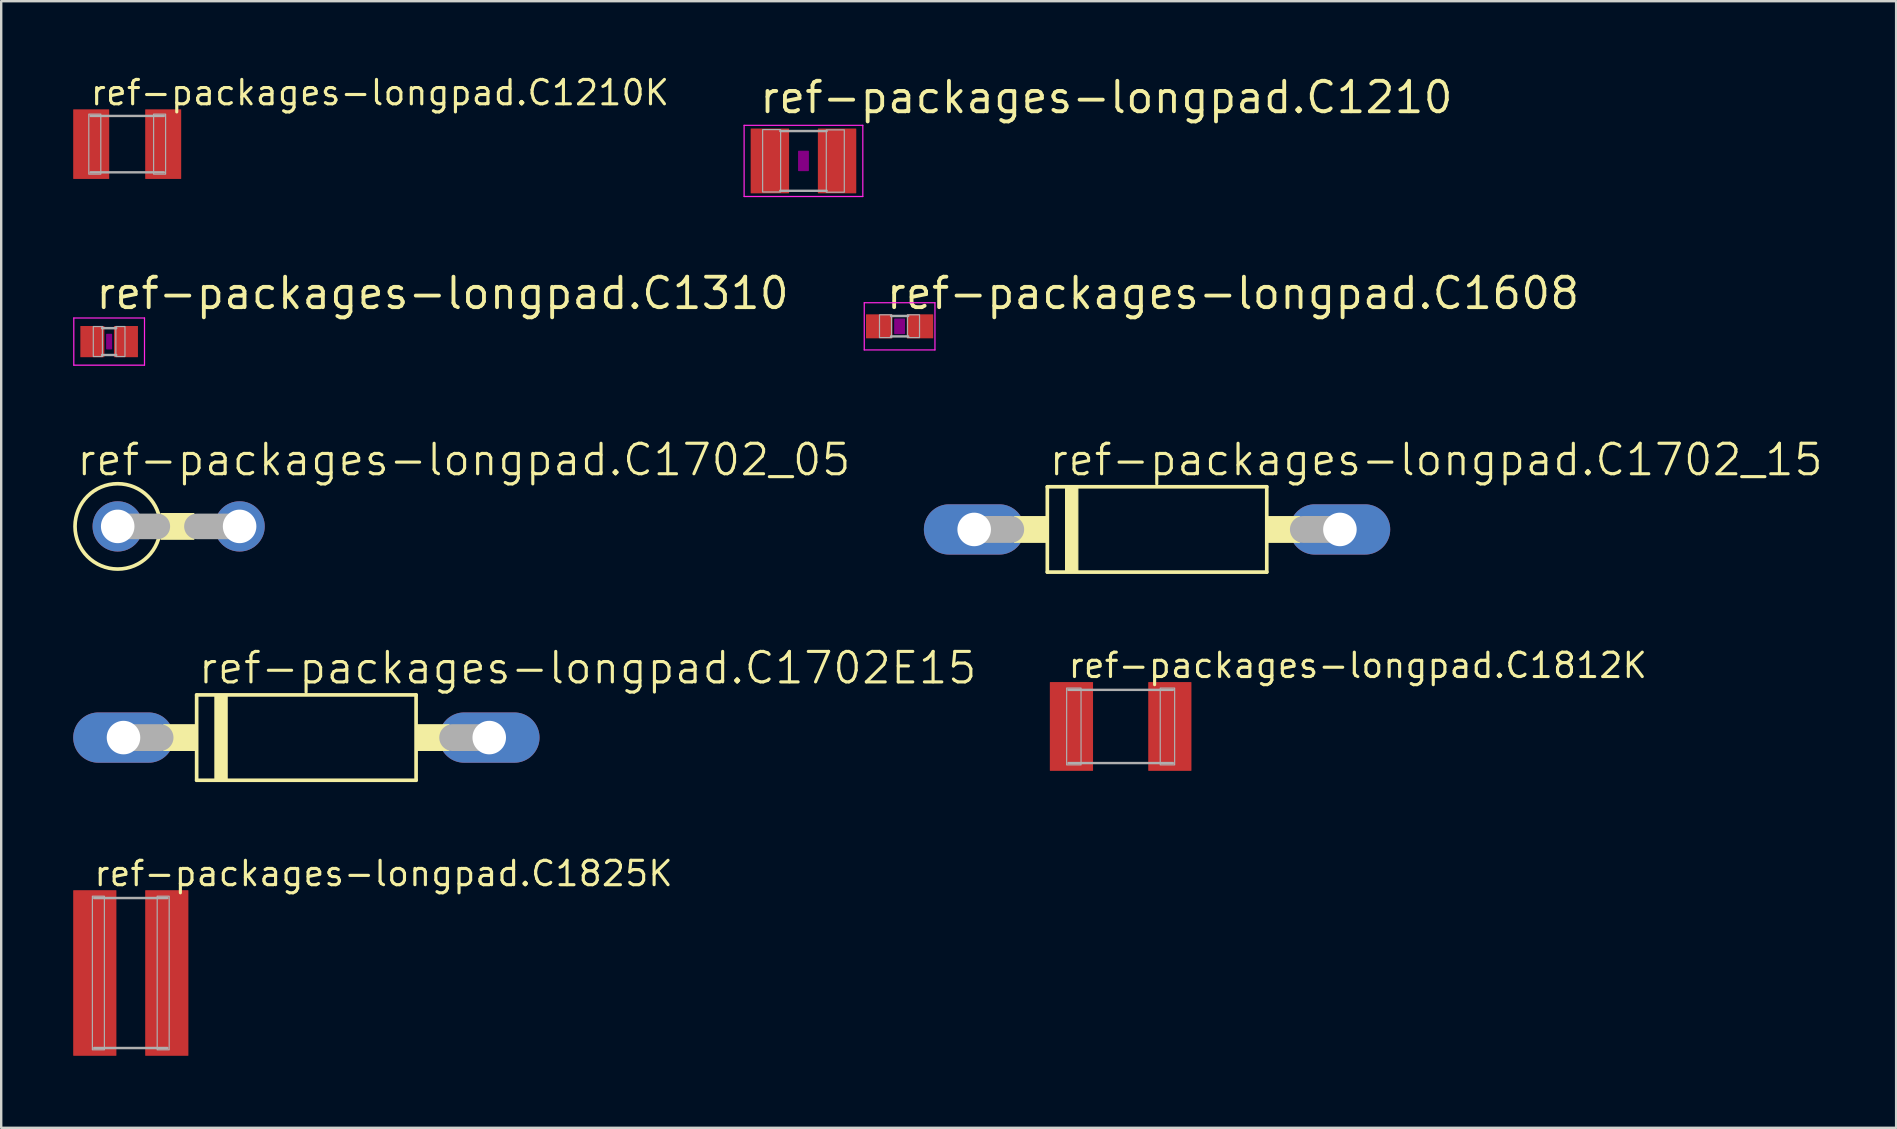
<source format=kicad_pcb>
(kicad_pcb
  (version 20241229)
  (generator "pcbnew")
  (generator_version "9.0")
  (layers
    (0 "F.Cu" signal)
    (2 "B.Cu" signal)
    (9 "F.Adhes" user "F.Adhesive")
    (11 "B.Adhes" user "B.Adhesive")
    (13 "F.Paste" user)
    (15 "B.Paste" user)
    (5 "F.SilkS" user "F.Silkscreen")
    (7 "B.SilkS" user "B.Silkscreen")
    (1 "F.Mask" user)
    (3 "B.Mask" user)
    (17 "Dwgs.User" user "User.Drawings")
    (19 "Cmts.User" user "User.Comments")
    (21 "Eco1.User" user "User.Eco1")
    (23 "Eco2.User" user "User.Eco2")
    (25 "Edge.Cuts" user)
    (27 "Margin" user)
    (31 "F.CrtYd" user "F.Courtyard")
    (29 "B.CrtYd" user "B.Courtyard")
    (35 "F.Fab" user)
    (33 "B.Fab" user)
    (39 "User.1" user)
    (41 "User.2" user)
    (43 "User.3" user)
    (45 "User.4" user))
  (footprint "ref-packages-longpad.C1825K"
    (layer "F.Cu")
    (at 2.4 37.494)
    (property "Reference" "ref-packages-longpad.C1825K" (at -1.6 -3.55 0) (layer "F.SilkS") (effects (font (size 1.016 1.016) (thickness 0.13)) (justify left bottom)))
    (attr smd)
    (fp_line (start -1.525 -3.125) (end 1.525 -3.125) (stroke (width 0.102) (type default)) (layer "F.Fab"))
    (fp_line (start 1.525 3.125) (end -1.525 3.125) (stroke (width 0.102) (type default)) (layer "F.Fab"))
    (fp_rect (start -1.6 3.2) (end -1.1 -3.2) (stroke (width 0.05) (type default)) (fill no) (layer "F.Fab"))
    (fp_rect (start 1.1 3.2) (end 1.6 -3.2) (stroke (width 0.05) (type default)) (fill no) (layer "F.Fab"))
    (pad "1" smd roundrect (at -1.5 0) (size 1.8 6.9) (layers "F.Cu" "F.Mask" "F.Paste") (roundrect_rratio 0.01))
    (pad "2" smd roundrect (at 1.5 0) (size 1.8 6.9) (layers "F.Cu" "F.Mask" "F.Paste") (roundrect_rratio 0.01)))
  (footprint "ref-packages-longpad.C1702_05"
    (layer "F.Cu")
    (at 4.394 18.884)
    (property "Reference" "ref-packages-longpad.C1702_05" (at -4.318 -2.032 0) (layer "F.SilkS") (effects (font (size 1.27 1.27) (thickness 0.13)) (justify left bottom)))
    (attr through_hole)
    (fp_rect (start -0.737 0.533) (end 0.635 -0.533) (stroke (width 0.05) (type default)) (fill yes) (layer "F.SilkS"))
    (fp_circle (center -2.54 0) (end -0.762 0) (stroke (width 0.152) (type default)) (fill no) (layer "F.SilkS"))
    (fp_line (start -2.54 0) (end -0.889 0) (stroke (width 1.067) (type default)) (layer "F.Fab"))
    (fp_line (start 2.54 0) (end 0.762 0) (stroke (width 1.067) (type default)) (layer "F.Fab"))
    (pad "A" thru_hole circle (at 2.54 0) (size 2.095 2.095) (drill 1.397) (layers "*.Cu" "*.Mask"))
    (pad "C" thru_hole circle (at -2.54 0) (size 2.095 2.095) (drill 1.397) (layers "*.Cu" "*.Mask")))
  (footprint "ref-packages-longpad.C1210K"
    (layer "F.Cu")
    (at 2.25 2.956)
    (property "Reference" "ref-packages-longpad.C1210K" (at -1.6 -1.55 0) (layer "F.SilkS") (effects (font (size 1.016 1.016) (thickness 0.13)) (justify left bottom)))
    (attr smd)
    (fp_line (start -1.525 -1.175) (end 1.525 -1.175) (stroke (width 0.102) (type default)) (layer "F.Fab"))
    (fp_line (start 1.525 1.175) (end -1.525 1.175) (stroke (width 0.102) (type default)) (layer "F.Fab"))
    (fp_rect (start -1.6 1.25) (end -1.1 -1.25) (stroke (width 0.05) (type default)) (fill no) (layer "F.Fab"))
    (fp_rect (start 1.1 1.25) (end 1.6 -1.25) (stroke (width 0.05) (type default)) (fill no) (layer "F.Fab"))
    (pad "1" smd roundrect (at -1.5 0) (size 1.5 2.9) (layers "F.Cu" "F.Mask" "F.Paste") (roundrect_rratio 0.01))
    (pad "2" smd roundrect (at 1.5 0) (size 1.5 2.9) (layers "F.Cu" "F.Mask" "F.Paste") (roundrect_rratio 0.01)))
  (footprint "ref-packages-longpad.C1702E15"
    (layer "F.Cu")
    (at 9.716 27.684)
    (property "Reference" "ref-packages-longpad.C1702E15" (at -4.572 -2.159 0) (layer "F.SilkS") (effects (font (size 1.27 1.27) (thickness 0.13)) (justify left bottom)))
    (attr through_hole)
    (fp_line (start -4.572 1.778) (end -4.572 -1.778) (stroke (width 0.152) (type default)) (layer "F.SilkS"))
    (fp_line (start -4.572 1.778) (end 4.572 1.778) (stroke (width 0.152) (type default)) (layer "F.SilkS"))
    (fp_line (start 4.572 -1.778) (end -4.572 -1.778) (stroke (width 0.152) (type default)) (layer "F.SilkS"))
    (fp_line (start 4.572 -1.778) (end 4.572 1.778) (stroke (width 0.152) (type default)) (layer "F.SilkS"))
    (fp_rect (start -5.944 0.533) (end -4.572 -0.533) (stroke (width 0.05) (type default)) (fill yes) (layer "F.SilkS"))
    (fp_rect (start -3.81 1.778) (end -3.302 -1.778) (stroke (width 0.05) (type default)) (fill yes) (layer "F.SilkS"))
    (fp_rect (start 4.572 0.533) (end 5.944 -0.533) (stroke (width 0.05) (type default)) (fill yes) (layer "F.SilkS"))
    (fp_line (start -7.62 0) (end -6.096 0) (stroke (width 1.118) (type default)) (layer "F.Fab"))
    (fp_line (start 7.62 0) (end 6.096 0) (stroke (width 1.118) (type default)) (layer "F.Fab"))
    (pad "A" thru_hole oval (at 7.62 0) (size 4.191 2.095) (drill 1.397) (layers "*.Cu" "*.Mask"))
    (pad "C" thru_hole oval (at -7.62 0) (size 4.191 2.095) (drill 1.397) (layers "*.Cu" "*.Mask")))
  (footprint "ref-packages-longpad.C1310"
    (layer "F.Cu")
    (at 1.498 11.183)
    (property "Reference" "ref-packages-longpad.C1310" (at -0.635 -1.27 0) (layer "F.SilkS") (effects (font (size 1.27 1.27) (thickness 0.16)) (justify left bottom)))
    (attr smd)
    (fp_rect (start -0.1 0.3) (end 0.1 -0.3) (stroke (width 0.05) (type default)) (fill yes) (layer "F.Adhes"))
    (fp_line (start -1.473 -0.983) (end 1.473 -0.983) (stroke (width 0.051) (type default)) (layer "F.CrtYd"))
    (fp_line (start -1.473 0.983) (end -1.473 -0.983) (stroke (width 0.051) (type default)) (layer "F.CrtYd"))
    (fp_line (start 1.473 -0.983) (end 1.473 0.983) (stroke (width 0.051) (type default)) (layer "F.CrtYd"))
    (fp_line (start 1.473 0.983) (end -1.473 0.983) (stroke (width 0.051) (type default)) (layer "F.CrtYd"))
    (fp_line (start -0.294 -0.559) (end 0.294 -0.559) (stroke (width 0.102) (type default)) (layer "F.Fab"))
    (fp_line (start -0.294 0.559) (end 0.294 0.559) (stroke (width 0.102) (type default)) (layer "F.Fab"))
    (fp_rect (start -0.66 0.622) (end -0.28 -0.628) (stroke (width 0.05) (type default)) (fill no) (layer "F.Fab"))
    (fp_rect (start 0.279 0.622) (end 0.659 -0.628) (stroke (width 0.05) (type default)) (fill no) (layer "F.Fab"))
    (pad "1" smd roundrect (at -0.7 0) (size 1 1.3) (layers "F.Cu" "F.Mask" "F.Paste") (roundrect_rratio 0.01))
    (pad "2" smd roundrect (at 0.7 0) (size 1 1.3) (layers "F.Cu" "F.Mask" "F.Paste") (roundrect_rratio 0.01)))
  (footprint "ref-packages-longpad.C1812K"
    (layer "F.Cu")
    (at 43.645 27.221)
    (property "Reference" "ref-packages-longpad.C1812K" (at -2.25 -1.95 0) (layer "F.SilkS") (effects (font (size 1.016 1.016) (thickness 0.13)) (justify left bottom)))
    (attr smd)
    (fp_line (start -2.175 -1.525) (end 2.175 -1.525) (stroke (width 0.102) (type default)) (layer "F.Fab"))
    (fp_line (start 2.175 1.525) (end -2.175 1.525) (stroke (width 0.102) (type default)) (layer "F.Fab"))
    (fp_rect (start -2.25 1.6) (end -1.65 -1.6) (stroke (width 0.05) (type default)) (fill no) (layer "F.Fab"))
    (fp_rect (start 1.65 1.6) (end 2.25 -1.6) (stroke (width 0.05) (type default)) (fill no) (layer "F.Fab"))
    (pad "1" smd roundrect (at -2.05 0) (size 1.8 3.7) (layers "F.Cu" "F.Mask" "F.Paste") (roundrect_rratio 0.01))
    (pad "2" smd roundrect (at 2.05 0) (size 1.8 3.7) (layers "F.Cu" "F.Mask" "F.Paste") (roundrect_rratio 0.01)))
  (footprint "ref-packages-longpad.C1210"
    (layer "F.Cu")
    (at 30.429 3.655)
    (property "Reference" "ref-packages-longpad.C1210" (at -1.905 -1.905 0) (layer "F.SilkS") (effects (font (size 1.27 1.27) (thickness 0.16)) (justify left bottom)))
    (attr smd)
    (fp_rect (start -0.2 0.4) (end 0.2 -0.4) (stroke (width 0.05) (type default)) (fill yes) (layer "F.Adhes"))
    (fp_line (start -2.473 -1.483) (end 2.473 -1.483) (stroke (width 0.051) (type default)) (layer "F.CrtYd"))
    (fp_line (start -2.473 1.483) (end -2.473 -1.483) (stroke (width 0.051) (type default)) (layer "F.CrtYd"))
    (fp_line (start 2.473 -1.483) (end 2.473 1.483) (stroke (width 0.051) (type default)) (layer "F.CrtYd"))
    (fp_line (start 2.473 1.483) (end -2.473 1.483) (stroke (width 0.051) (type default)) (layer "F.CrtYd"))
    (fp_line (start -0.965 -1.245) (end 0.965 -1.245) (stroke (width 0.102) (type default)) (layer "F.Fab"))
    (fp_line (start -0.965 1.245) (end 0.965 1.245) (stroke (width 0.102) (type default)) (layer "F.Fab"))
    (fp_rect (start -1.702 1.295) (end -0.952 -1.304) (stroke (width 0.05) (type default)) (fill no) (layer "F.Fab"))
    (fp_rect (start 0.952 1.304) (end 1.702 -1.295) (stroke (width 0.05) (type default)) (fill no) (layer "F.Fab"))
    (pad "1" smd roundrect (at -1.4 0) (size 1.6 2.7) (layers "F.Cu" "F.Mask" "F.Paste") (roundrect_rratio 0.01))
    (pad "2" smd roundrect (at 1.4 0) (size 1.6 2.7) (layers "F.Cu" "F.Mask" "F.Paste") (roundrect_rratio 0.01)))
  (footprint "ref-packages-longpad.C1608"
    (layer "F.Cu")
    (at 34.435 10.548)
    (property "Reference" "ref-packages-longpad.C1608" (at -0.635 -0.635 0) (layer "F.SilkS") (effects (font (size 1.27 1.27) (thickness 0.16)) (justify left bottom)))
    (attr smd)
    (fp_rect (start -0.2 0.3) (end 0.2 -0.3) (stroke (width 0.05) (type default)) (fill yes) (layer "F.Adhes"))
    (fp_line (start -1.473 -0.983) (end 1.473 -0.983) (stroke (width 0.051) (type default)) (layer "F.CrtYd"))
    (fp_line (start -1.473 0.983) (end -1.473 -0.983) (stroke (width 0.051) (type default)) (layer "F.CrtYd"))
    (fp_line (start 1.473 -0.983) (end 1.473 0.983) (stroke (width 0.051) (type default)) (layer "F.CrtYd"))
    (fp_line (start 1.473 0.983) (end -1.473 0.983) (stroke (width 0.051) (type default)) (layer "F.CrtYd"))
    (fp_line (start -0.356 -0.432) (end 0.356 -0.432) (stroke (width 0.102) (type default)) (layer "F.Fab"))
    (fp_line (start -0.356 0.419) (end 0.356 0.419) (stroke (width 0.102) (type default)) (layer "F.Fab"))
    (fp_rect (start -0.838 0.47) (end -0.338 -0.48) (stroke (width 0.05) (type default)) (fill no) (layer "F.Fab"))
    (fp_rect (start 0.33 0.47) (end 0.83 -0.48) (stroke (width 0.05) (type default)) (fill no) (layer "F.Fab"))
    (pad "1" smd roundrect (at -0.85 0) (size 1.1 1) (layers "F.Cu" "F.Mask" "F.Paste") (roundrect_rratio 0.01))
    (pad "2" smd roundrect (at 0.85 0) (size 1.1 1) (layers "F.Cu" "F.Mask" "F.Paste") (roundrect_rratio 0.01)))
  (footprint "ref-packages-longpad.C1702_15"
    (layer "F.Cu")
    (at 45.162 19.011)
    (property "Reference" "ref-packages-longpad.C1702_15" (at -4.572 -2.159 0) (layer "F.SilkS") (effects (font (size 1.27 1.27) (thickness 0.13)) (justify left bottom)))
    (attr through_hole)
    (fp_line (start -4.572 1.778) (end -4.572 -1.778) (stroke (width 0.152) (type default)) (layer "F.SilkS"))
    (fp_line (start -4.572 1.778) (end 4.572 1.778) (stroke (width 0.152) (type default)) (layer "F.SilkS"))
    (fp_line (start 4.572 -1.778) (end -4.572 -1.778) (stroke (width 0.152) (type default)) (layer "F.SilkS"))
    (fp_line (start 4.572 -1.778) (end 4.572 1.778) (stroke (width 0.152) (type default)) (layer "F.SilkS"))
    (fp_rect (start -5.944 0.533) (end -4.572 -0.533) (stroke (width 0.05) (type default)) (fill yes) (layer "F.SilkS"))
    (fp_rect (start -3.81 1.778) (end -3.302 -1.778) (stroke (width 0.05) (type default)) (fill yes) (layer "F.SilkS"))
    (fp_rect (start 4.572 0.533) (end 5.944 -0.533) (stroke (width 0.05) (type default)) (fill yes) (layer "F.SilkS"))
    (fp_line (start -7.62 0) (end -6.096 0) (stroke (width 1.118) (type default)) (layer "F.Fab"))
    (fp_line (start 7.62 0) (end 6.096 0) (stroke (width 1.118) (type default)) (layer "F.Fab"))
    (pad "A" thru_hole oval (at 7.62 0) (size 4.191 2.095) (drill 1.397) (layers "*.Cu" "*.Mask"))
    (pad "C" thru_hole oval (at -7.62 0) (size 4.191 2.095) (drill 1.397) (layers "*.Cu" "*.Mask")))
  (gr_rect
    (start -3 -3)
    (end 75.959 43.944)
    (stroke (width 0.1) (type default))
    (fill no)
    (layer "Edge.Cuts")))
</source>
